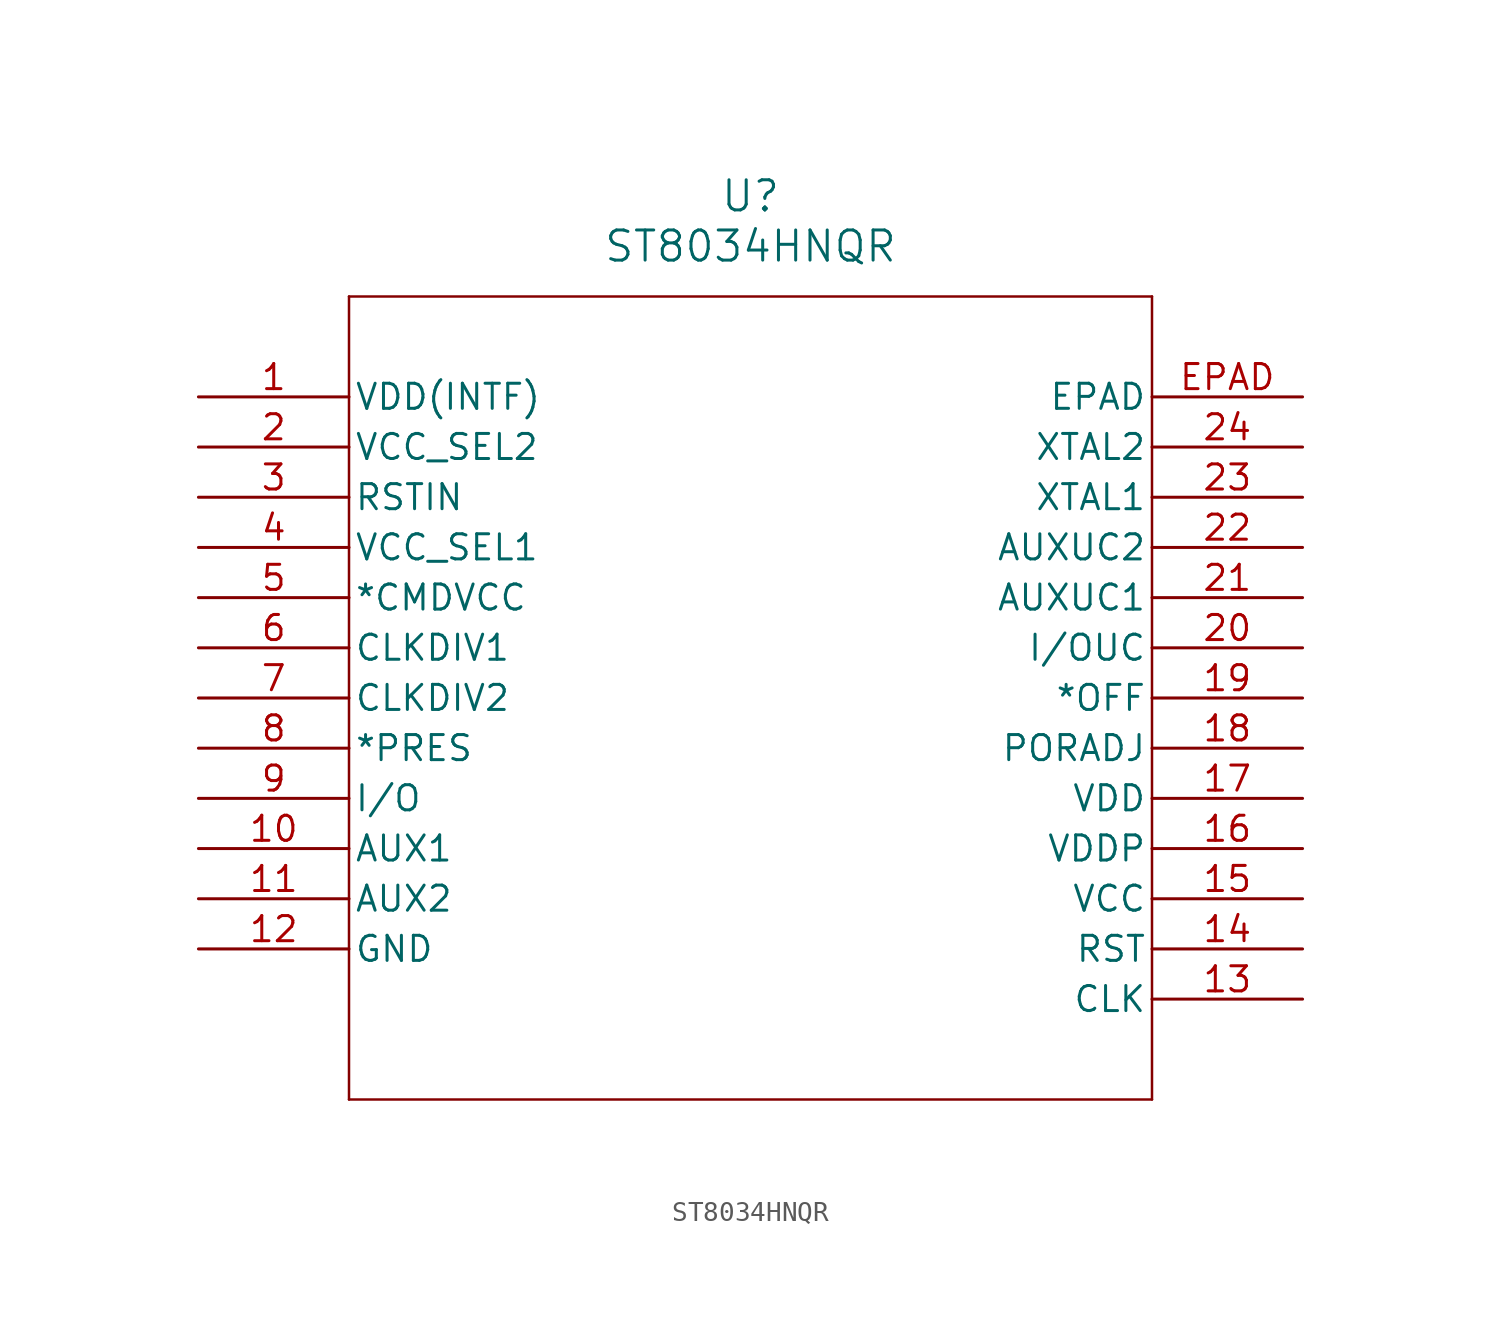
<source format=kicad_sym>
(kicad_symbol_lib
  (version 20231120)
  (generator "kicad_symbol_editor")
  (generator_version "8.0")
  (symbol "ST8034HNQR"
    (pin_names
      (offset 0.254))
    (property "Reference" "U"
      (at 27.94 10.16 0)
      (effects (font (size 1.524 1.524))))
    (property "Value" "ST8034HNQR"
      (at 27.94 7.62 0)
      (effects (font (size 1.524 1.524))))
    (property "ki_locked" ""
      (at 0 0 0)
      (effects (font (size 1.27 1.27))))
    (symbol "ST8034HNQR_0_1"
      (polyline (pts (xy 7.62 -35.56) (xy 48.26 -35.56)) (stroke (width 0.127) (type default)) (fill (type none)))
      (polyline (pts (xy 7.62 5.08) (xy 7.62 -35.56)) (stroke (width 0.127) (type default)) (fill (type none)))
      (polyline (pts (xy 48.26 -35.56) (xy 48.26 5.08)) (stroke (width 0.127) (type default)) (fill (type none)))
      (polyline (pts (xy 48.26 5.08) (xy 7.62 5.08)) (stroke (width 0.127) (type default)) (fill (type none)))
      (pin power_in line (at 0 0 0) (length 7.62) (name "VDD(INTF)" (effects (font (size 1.27 1.27)))) (number "1" (effects (font (size 1.27 1.27)))))
      (pin bidirectional line (at 0 -22.86 0) (length 7.62) (name "AUX1" (effects (font (size 1.27 1.27)))) (number "10" (effects (font (size 1.27 1.27)))))
      (pin bidirectional line (at 0 -25.4 0) (length 7.62) (name "AUX2" (effects (font (size 1.27 1.27)))) (number "11" (effects (font (size 1.27 1.27)))))
      (pin power_out line (at 0 -27.94 0) (length 7.62) (name "GND" (effects (font (size 1.27 1.27)))) (number "12" (effects (font (size 1.27 1.27)))))
      (pin unspecified line (at 55.88 -30.48 180) (length 7.62) (name "CLK" (effects (font (size 1.27 1.27)))) (number "13" (effects (font (size 1.27 1.27)))))
      (pin output line (at 55.88 -27.94 180) (length 7.62) (name "RST" (effects (font (size 1.27 1.27)))) (number "14" (effects (font (size 1.27 1.27)))))
      (pin power_in line (at 55.88 -25.4 180) (length 7.62) (name "VCC" (effects (font (size 1.27 1.27)))) (number "15" (effects (font (size 1.27 1.27)))))
      (pin power_in line (at 55.88 -22.86 180) (length 7.62) (name "VDDP" (effects (font (size 1.27 1.27)))) (number "16" (effects (font (size 1.27 1.27)))))
      (pin power_in line (at 55.88 -20.32 180) (length 7.62) (name "VDD" (effects (font (size 1.27 1.27)))) (number "17" (effects (font (size 1.27 1.27)))))
      (pin input line (at 55.88 -17.78 180) (length 7.62) (name "PORADJ" (effects (font (size 1.27 1.27)))) (number "18" (effects (font (size 1.27 1.27)))))
      (pin unspecified line (at 55.88 -15.24 180) (length 7.62) (name "*OFF" (effects (font (size 1.27 1.27)))) (number "19" (effects (font (size 1.27 1.27)))))
      (pin power_in line (at 0 -2.54 0) (length 7.62) (name "VCC_SEL2" (effects (font (size 1.27 1.27)))) (number "2" (effects (font (size 1.27 1.27)))))
      (pin bidirectional line (at 55.88 -12.7 180) (length 7.62) (name "I/OUC" (effects (font (size 1.27 1.27)))) (number "20" (effects (font (size 1.27 1.27)))))
      (pin bidirectional line (at 55.88 -10.16 180) (length 7.62) (name "AUXUC1" (effects (font (size 1.27 1.27)))) (number "21" (effects (font (size 1.27 1.27)))))
      (pin bidirectional line (at 55.88 -7.62 180) (length 7.62) (name "AUXUC2" (effects (font (size 1.27 1.27)))) (number "22" (effects (font (size 1.27 1.27)))))
      (pin input line (at 55.88 -5.08 180) (length 7.62) (name "XTAL1" (effects (font (size 1.27 1.27)))) (number "23" (effects (font (size 1.27 1.27)))))
      (pin unspecified line (at 55.88 -2.54 180) (length 7.62) (name "XTAL2" (effects (font (size 1.27 1.27)))) (number "24" (effects (font (size 1.27 1.27)))))
      (pin input line (at 0 -5.08 0) (length 7.62) (name "RSTIN" (effects (font (size 1.27 1.27)))) (number "3" (effects (font (size 1.27 1.27)))))
      (pin power_in line (at 0 -7.62 0) (length 7.62) (name "VCC_SEL1" (effects (font (size 1.27 1.27)))) (number "4" (effects (font (size 1.27 1.27)))))
      (pin input line (at 0 -10.16 0) (length 7.62) (name "*CMDVCC" (effects (font (size 1.27 1.27)))) (number "5" (effects (font (size 1.27 1.27)))))
      (pin bidirectional line (at 0 -12.7 0) (length 7.62) (name "CLKDIV1" (effects (font (size 1.27 1.27)))) (number "6" (effects (font (size 1.27 1.27)))))
      (pin bidirectional line (at 0 -15.24 0) (length 7.62) (name "CLKDIV2" (effects (font (size 1.27 1.27)))) (number "7" (effects (font (size 1.27 1.27)))))
      (pin input line (at 0 -17.78 0) (length 7.62) (name "*PRES" (effects (font (size 1.27 1.27)))) (number "8" (effects (font (size 1.27 1.27)))))
      (pin bidirectional line (at 0 -20.32 0) (length 7.62) (name "I/O" (effects (font (size 1.27 1.27)))) (number "9" (effects (font (size 1.27 1.27)))))
      (pin power_out line (at 55.88 0 180) (length 7.62) (name "EPAD" (effects (font (size 1.27 1.27)))) (number "EPAD" (effects (font (size 1.27 1.27))))))))
</source>
